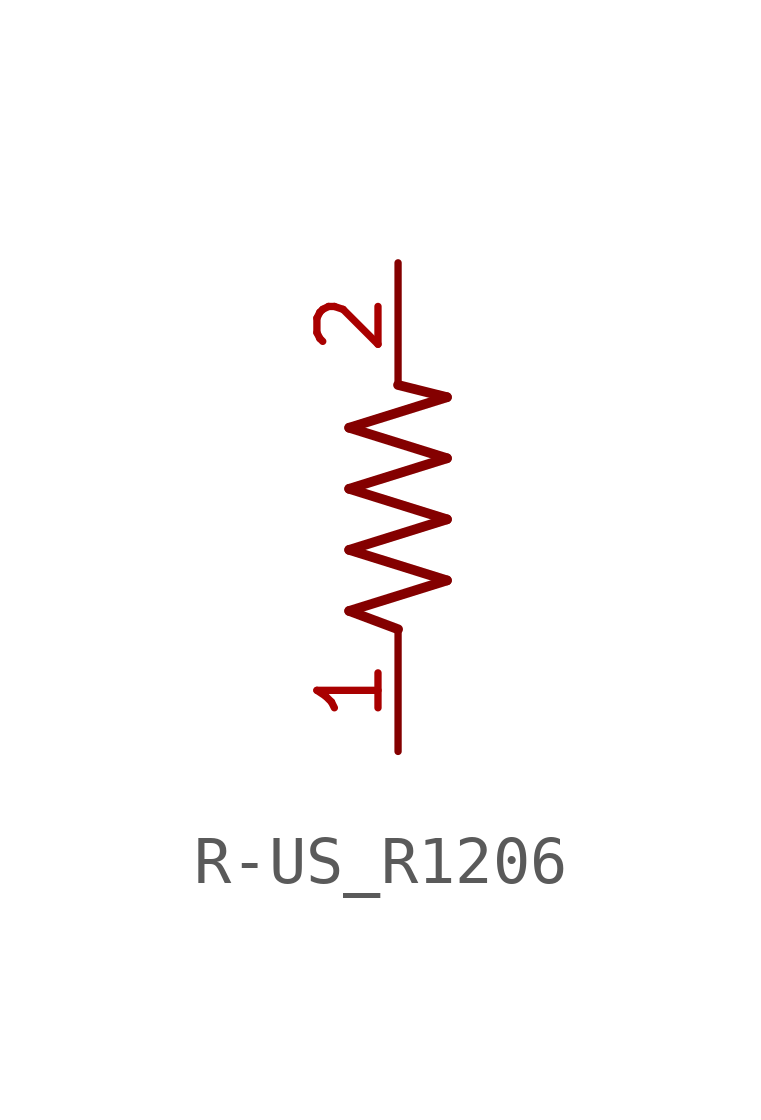
<source format=kicad_sym>
(kicad_symbol_lib
  (version 20231120)
  (generator "kicad_symbol_editor")
  (generator_version "8.0")
  (symbol "R-US_R1206"
    (property "Reference" "R"
      (at 0 0 0)
      (effects (font (size 1.27 1.27)) (hide yes)))
    (property "ki_locked" ""
      (at 0 0 0)
      (effects (font (size 1.27 1.27))))
    (symbol "R-US_R1206_1_0"
      (polyline (pts (xy -1.016 -2.159) (xy 1.016 -1.524)) (stroke (width 0.203) (type solid)) (fill (type none)))
      (polyline (pts (xy -1.016 -0.889) (xy 1.016 -0.254)) (stroke (width 0.203) (type solid)) (fill (type none)))
      (polyline (pts (xy -1.016 0.381) (xy 1.016 1.016)) (stroke (width 0.203) (type solid)) (fill (type none)))
      (polyline (pts (xy -1.016 1.651) (xy 1.016 2.286)) (stroke (width 0.203) (type solid)) (fill (type none)))
      (polyline (pts (xy 0 -2.54) (xy -1.016 -2.159)) (stroke (width 0.203) (type solid)) (fill (type none)))
      (polyline (pts (xy 1.016 -1.524) (xy -1.016 -0.889)) (stroke (width 0.203) (type solid)) (fill (type none)))
      (polyline (pts (xy 1.016 -0.254) (xy -1.016 0.381)) (stroke (width 0.203) (type solid)) (fill (type none)))
      (polyline (pts (xy 1.016 1.016) (xy -1.016 1.651)) (stroke (width 0.203) (type solid)) (fill (type none)))
      (polyline (pts (xy 1.016 2.286) (xy 0 2.54)) (stroke (width 0.203) (type solid)) (fill (type none)))
      (pin passive line (at 0 -5.08 90) (length 2.54) (name "1" (effects (font (size 0 0)))) (number "1" (effects (font (size 1.27 1.27)))))
      (pin passive line (at 0 5.08 270) (length 2.54) (name "2" (effects (font (size 0 0)))) (number "2" (effects (font (size 1.27 1.27))))))))
</source>
